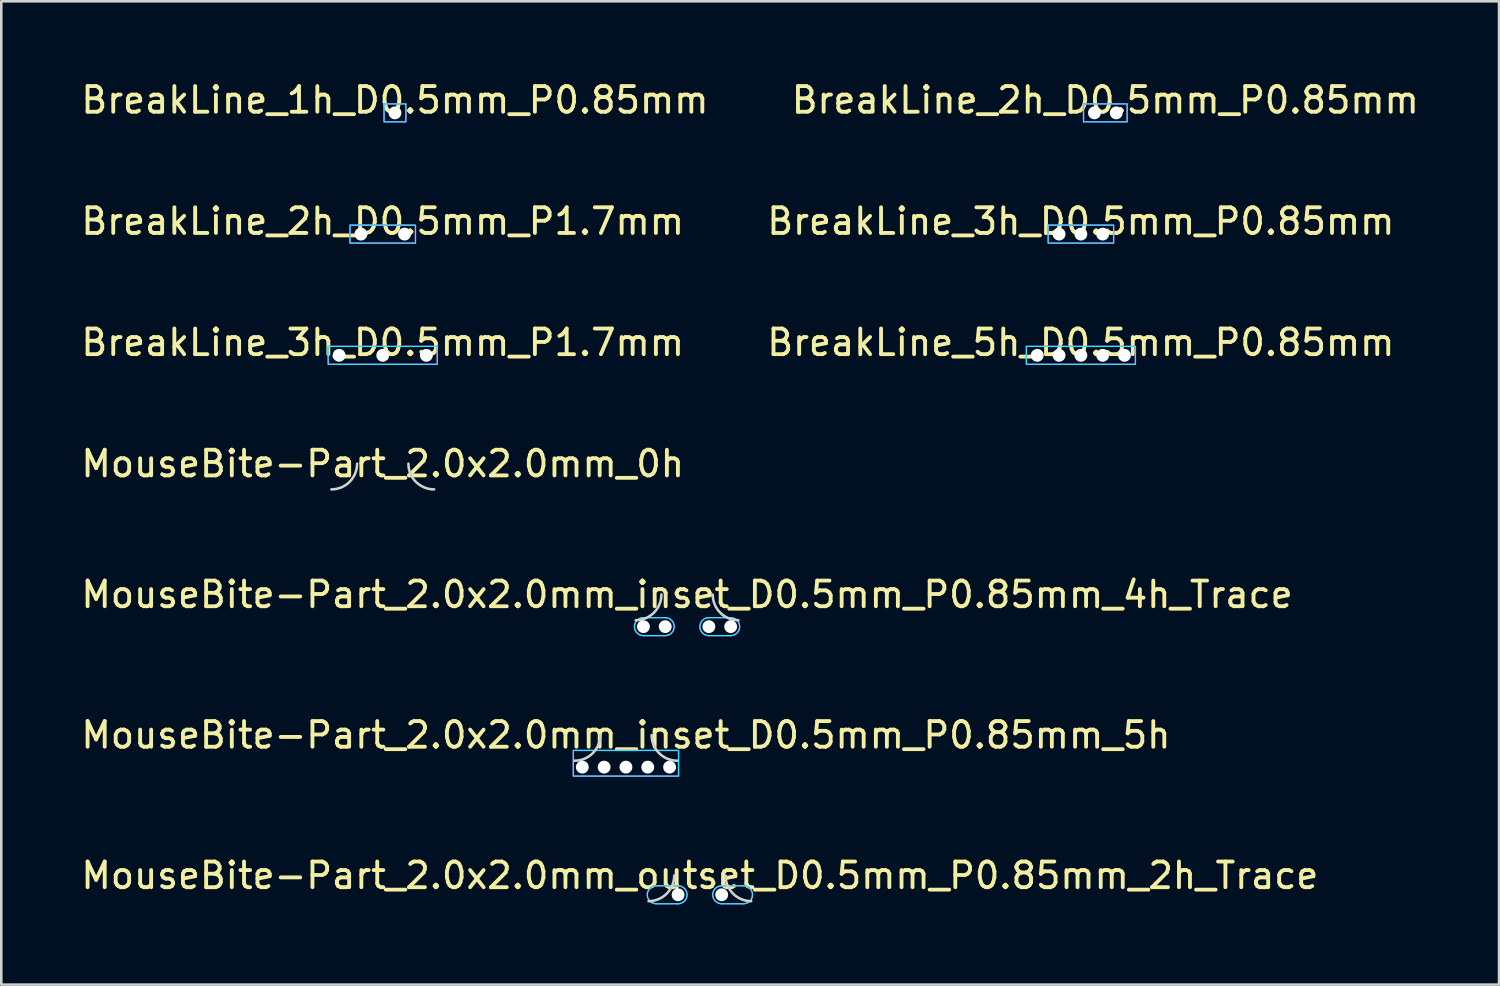
<source format=kicad_pcb>
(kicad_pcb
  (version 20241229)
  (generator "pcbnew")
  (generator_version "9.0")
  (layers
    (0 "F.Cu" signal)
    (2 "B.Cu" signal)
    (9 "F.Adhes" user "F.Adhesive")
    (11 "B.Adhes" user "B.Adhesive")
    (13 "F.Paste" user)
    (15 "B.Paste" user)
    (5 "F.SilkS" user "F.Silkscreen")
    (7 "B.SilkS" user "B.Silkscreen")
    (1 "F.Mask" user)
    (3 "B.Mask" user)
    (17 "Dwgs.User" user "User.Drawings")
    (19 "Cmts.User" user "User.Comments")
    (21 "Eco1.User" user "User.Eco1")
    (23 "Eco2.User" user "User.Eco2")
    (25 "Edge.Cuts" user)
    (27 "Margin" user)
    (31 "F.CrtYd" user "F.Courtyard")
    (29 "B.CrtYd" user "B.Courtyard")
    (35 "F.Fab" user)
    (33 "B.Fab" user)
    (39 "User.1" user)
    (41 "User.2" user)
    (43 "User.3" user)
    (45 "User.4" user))
  (footprint "BreakLine_2h_D0.5mm_P0.85mm"
    (layer "F.Cu")
    (at 40.018 1.348)
    (property "Reference" "BreakLine_2h_D0.5mm_P0.85mm" (at 0 -0.5 0) (layer "F.SilkS") (effects (font (size 1 1) (thickness 0.15))))
    (attr board_only exclude_from_pos_files exclude_from_bom dnp)
    (fp_rect (start -0.85 -0.35) (end 0.85 0.35) (stroke (width 0.05) (type solid)) (fill no) (layer "B.CrtYd"))
    (fp_rect (start -0.85 -0.35) (end 0.85 0.35) (stroke (width 0.05) (type solid)) (fill no) (layer "F.CrtYd"))
    (pad "" np_thru_hole circle (at -0.425 0) (size 0.5 0.5) (drill 0.5) (layers "*.Cu" "*.Mask"))
    (pad "" np_thru_hole circle (at 0.425 0) (size 0.5 0.5) (drill 0.5) (layers "*.Cu" "*.Mask")))
  (footprint "BreakLine_3h_D0.5mm_P1.7mm"
    (layer "F.Cu")
    (at 11.863 10.795)
    (property "Reference" "BreakLine_3h_D0.5mm_P1.7mm" (at 0 -0.5 0) (layer "F.SilkS") (effects (font (size 1 1) (thickness 0.15))))
    (attr board_only exclude_from_pos_files exclude_from_bom dnp)
    (fp_rect (start -2.125 -0.35) (end 2.125 0.35) (stroke (width 0.05) (type solid)) (fill no) (layer "B.CrtYd"))
    (fp_rect (start -2.125 -0.35) (end 2.125 0.35) (stroke (width 0.05) (type solid)) (fill no) (layer "F.CrtYd"))
    (pad "" np_thru_hole circle (at -1.7 0) (size 0.5 0.5) (drill 0.5) (layers "*.Cu" "*.Mask"))
    (pad "" np_thru_hole circle (at 0 0) (size 0.5 0.5) (drill 0.5) (layers "*.Cu" "*.Mask"))
    (pad "" np_thru_hole circle (at 1.7 0) (size 0.5 0.5) (drill 0.5) (layers "*.Cu" "*.Mask")))
  (footprint "BreakLine_1h_D0.5mm_P0.85mm"
    (layer "F.Cu")
    (at 12.339 1.348)
    (property "Reference" "BreakLine_1h_D0.5mm_P0.85mm" (at 0 -0.5 0) (layer "F.SilkS") (effects (font (size 1 1) (thickness 0.15))))
    (attr board_only exclude_from_pos_files exclude_from_bom dnp)
    (fp_rect (start -0.425 -0.35) (end 0.425 0.35) (stroke (width 0.05) (type solid)) (fill no) (layer "B.CrtYd"))
    (fp_rect (start -0.425 -0.35) (end 0.425 0.35) (stroke (width 0.05) (type solid)) (fill no) (layer "F.CrtYd"))
    (pad "" np_thru_hole circle (at 0 0) (size 0.5 0.5) (drill 0.5) (layers "*.Cu" "*.Mask")))
  (footprint "MouseBite-Part_2.0x2.0mm_inset_D0.5mm_P0.85mm_5h"
    (layer "F.Cu")
    (at 21.339 26.59)
    (property "Reference" "MouseBite-Part_2.0x2.0mm_inset_D0.5mm_P0.85mm_5h" (at 0 -1 0) (layer "F.SilkS") (effects (font (size 1 1) (thickness 0.15))))
    (attr board_only exclude_from_pos_files exclude_from_bom dnp)
    (fp_arc (start -1 -1) (mid -1.292893 -0.292893) (end -2 0) (stroke (width 0.1) (type solid)) (layer "Edge.Cuts"))
    (fp_arc (start 2 0) (mid 1.292893 -0.292893) (end 1 -1) (stroke (width 0.1) (type solid)) (layer "Edge.Cuts"))
    (fp_rect (start -2.05 -0.4) (end 2.05 0.6) (stroke (width 0.05) (type solid)) (fill no) (layer "B.CrtYd"))
    (fp_rect (start -2.05 -0.4) (end 2.05 0.6) (stroke (width 0.05) (type solid)) (fill no) (layer "F.CrtYd"))
    (pad "" np_thru_hole circle (at -1.7 0.25 180) (size 0.5 0.5) (drill 0.5) (layers "*.Cu" "*.Mask"))
    (pad "" np_thru_hole circle (at -0.85 0.25 180) (size 0.5 0.5) (drill 0.5) (layers "*.Cu" "*.Mask"))
    (pad "" np_thru_hole circle (at 0 0.25 180) (size 0.5 0.5) (drill 0.5) (layers "*.Cu" "*.Mask"))
    (pad "" np_thru_hole circle (at 0.85 0.25 180) (size 0.5 0.5) (drill 0.5) (layers "*.Cu" "*.Mask"))
    (pad "" np_thru_hole circle (at 1.7 0.25 180) (size 0.5 0.5) (drill 0.5) (layers "*.Cu" "*.Mask")))
  (footprint "MouseBite-Part_2.0x2.0mm_inset_D0.5mm_P0.85mm_4h_Trace"
    (layer "F.Cu")
    (at 23.72 21.116)
    (property "Reference" "MouseBite-Part_2.0x2.0mm_inset_D0.5mm_P0.85mm_4h_Trace" (at 0 -1 0) (layer "F.SilkS") (effects (font (size 1 1) (thickness 0.15))))
    (attr board_only exclude_from_pos_files exclude_from_bom dnp)
    (fp_arc (start -1 -1) (mid -1.292893 -0.292893) (end -2 0) (stroke (width 0.1) (type solid)) (layer "Edge.Cuts"))
    (fp_arc (start 2 0) (mid 1.292893 -0.292893) (end 1 -1) (stroke (width 0.1) (type solid)) (layer "Edge.Cuts"))
    (fp_line (start -1.7 0.6) (end -0.85 0.6) (stroke (width 0.05) (type solid)) (layer "B.CrtYd"))
    (fp_line (start -0.85 -0.1) (end -1.7 -0.1) (stroke (width 0.05) (type solid)) (layer "B.CrtYd"))
    (fp_line (start 0.85 0.6) (end 1.7 0.6) (stroke (width 0.05) (type solid)) (layer "B.CrtYd"))
    (fp_line (start 1.7 -0.1) (end 0.85 -0.1) (stroke (width 0.05) (type solid)) (layer "B.CrtYd"))
    (fp_arc (start -1.7 0.6) (mid -2.05 0.25) (end -1.7 -0.1) (stroke (width 0.05) (type solid)) (layer "B.CrtYd"))
    (fp_arc (start -0.85 -0.1) (mid -0.5 0.25) (end -0.85 0.6) (stroke (width 0.05) (type solid)) (layer "B.CrtYd"))
    (fp_arc (start 0.85 0.6) (mid 0.5 0.25) (end 0.85 -0.1) (stroke (width 0.05) (type solid)) (layer "B.CrtYd"))
    (fp_arc (start 1.7 -0.1) (mid 2.05 0.25) (end 1.7 0.6) (stroke (width 0.05) (type solid)) (layer "B.CrtYd"))
    (fp_line (start -1.7 0.6) (end -0.85 0.6) (stroke (width 0.05) (type solid)) (layer "F.CrtYd"))
    (fp_line (start -0.85 -0.1) (end -1.7 -0.1) (stroke (width 0.05) (type solid)) (layer "F.CrtYd"))
    (fp_line (start 0.85 0.6) (end 1.7 0.6) (stroke (width 0.05) (type solid)) (layer "F.CrtYd"))
    (fp_line (start 1.7 -0.1) (end 0.85 -0.1) (stroke (width 0.05) (type solid)) (layer "F.CrtYd"))
    (fp_arc (start -1.7 0.6) (mid -2.05 0.25) (end -1.7 -0.1) (stroke (width 0.05) (type solid)) (layer "F.CrtYd"))
    (fp_arc (start -0.85 -0.1) (mid -0.5 0.25) (end -0.85 0.6) (stroke (width 0.05) (type solid)) (layer "F.CrtYd"))
    (fp_arc (start 0.85 0.6) (mid 0.5 0.25) (end 0.85 -0.1) (stroke (width 0.05) (type solid)) (layer "F.CrtYd"))
    (fp_arc (start 1.7 -0.1) (mid 2.05 0.25) (end 1.7 0.6) (stroke (width 0.05) (type solid)) (layer "F.CrtYd"))
    (pad "" np_thru_hole circle (at -1.7 0.25 180) (size 0.5 0.5) (drill 0.5) (layers "*.Cu" "*.Mask"))
    (pad "" np_thru_hole circle (at -0.85 0.25 180) (size 0.5 0.5) (drill 0.5) (layers "*.Cu" "*.Mask"))
    (pad "" np_thru_hole circle (at 0.85 0.25 180) (size 0.5 0.5) (drill 0.5) (layers "*.Cu" "*.Mask"))
    (pad "" np_thru_hole circle (at 1.7 0.25 180) (size 0.5 0.5) (drill 0.5) (layers "*.Cu" "*.Mask")))
  (footprint "BreakLine_5h_D0.5mm_P0.85mm"
    (layer "F.Cu")
    (at 39.065 10.795)
    (property "Reference" "BreakLine_5h_D0.5mm_P0.85mm" (at 0 -0.5 0) (layer "F.SilkS") (effects (font (size 1 1) (thickness 0.15))))
    (attr board_only exclude_from_pos_files exclude_from_bom dnp)
    (fp_rect (start -2.125 -0.35) (end 2.125 0.35) (stroke (width 0.05) (type solid)) (fill no) (layer "B.CrtYd"))
    (fp_rect (start -2.125 -0.35) (end 2.125 0.35) (stroke (width 0.05) (type solid)) (fill no) (layer "F.CrtYd"))
    (pad "" np_thru_hole circle (at -1.7 0) (size 0.5 0.5) (drill 0.5) (layers "*.Cu" "*.Mask"))
    (pad "" np_thru_hole circle (at -0.85 0) (size 0.5 0.5) (drill 0.5) (layers "*.Cu" "*.Mask"))
    (pad "" np_thru_hole circle (at 0 0) (size 0.5 0.5) (drill 0.5) (layers "*.Cu" "*.Mask"))
    (pad "" np_thru_hole circle (at 0.85 0) (size 0.5 0.5) (drill 0.5) (layers "*.Cu" "*.Mask"))
    (pad "" np_thru_hole circle (at 1.7 0) (size 0.5 0.5) (drill 0.5) (layers "*.Cu" "*.Mask")))
  (footprint "BreakLine_2h_D0.5mm_P1.7mm"
    (layer "F.Cu")
    (at 11.863 6.072)
    (property "Reference" "BreakLine_2h_D0.5mm_P1.7mm" (at 0 -0.5 0) (layer "F.SilkS") (effects (font (size 1 1) (thickness 0.15))))
    (attr board_only exclude_from_pos_files exclude_from_bom dnp)
    (fp_rect (start -1.275 -0.35) (end 1.275 0.35) (stroke (width 0.05) (type solid)) (fill no) (layer "B.CrtYd"))
    (fp_rect (start -1.275 -0.35) (end 1.275 0.35) (stroke (width 0.05) (type solid)) (fill no) (layer "F.CrtYd"))
    (pad "" np_thru_hole circle (at -0.85 0) (size 0.5 0.5) (drill 0.5) (layers "*.Cu" "*.Mask"))
    (pad "" np_thru_hole circle (at 0.85 0) (size 0.5 0.5) (drill 0.5) (layers "*.Cu" "*.Mask")))
  (footprint "MouseBite-Part_2.0x2.0mm_0h"
    (layer "F.Cu")
    (at 11.863 16.018)
    (property "Reference" "MouseBite-Part_2.0x2.0mm_0h" (at 0 -1 0) (layer "F.SilkS") (effects (font (size 1 1) (thickness 0.15))))
    (attr board_only exclude_from_pos_files exclude_from_bom dnp)
    (fp_arc (start -1 -1) (mid -1.292893 -0.292893) (end -2 0) (stroke (width 0.1) (type solid)) (layer "Edge.Cuts"))
    (fp_arc (start 2 0) (mid 1.292893 -0.292893) (end 1 -1) (stroke (width 0.1) (type solid)) (layer "Edge.Cuts")))
  (footprint "MouseBite-Part_2.0x2.0mm_outset_D0.5mm_P0.85mm_2h_Trace"
    (layer "F.Cu")
    (at 24.22 32.063)
    (property "Reference" "MouseBite-Part_2.0x2.0mm_outset_D0.5mm_P0.85mm_2h_Trace" (at 0 -1 0) (layer "F.SilkS") (effects (font (size 1 1) (thickness 0.15))))
    (attr board_only exclude_from_pos_files exclude_from_bom dnp)
    (fp_arc (start -1 -1) (mid -1.292893 -0.292893) (end -2 0) (stroke (width 0.1) (type solid)) (layer "Edge.Cuts"))
    (fp_arc (start 2 0) (mid 1.292893 -0.292893) (end 1 -1) (stroke (width 0.1) (type solid)) (layer "Edge.Cuts"))
    (fp_line (start -1.7 0.1) (end -0.85 0.1) (stroke (width 0.05) (type solid)) (layer "B.CrtYd"))
    (fp_line (start -0.85 -0.6) (end -1.7 -0.6) (stroke (width 0.05) (type solid)) (layer "B.CrtYd"))
    (fp_line (start 0.85 0.1) (end 1.7 0.1) (stroke (width 0.05) (type solid)) (layer "B.CrtYd"))
    (fp_line (start 1.7 -0.6) (end 0.85 -0.6) (stroke (width 0.05) (type solid)) (layer "B.CrtYd"))
    (fp_arc (start -1.7 0.1) (mid -2.05 -0.25) (end -1.7 -0.6) (stroke (width 0.05) (type solid)) (layer "B.CrtYd"))
    (fp_arc (start -0.85 -0.6) (mid -0.5 -0.25) (end -0.85 0.1) (stroke (width 0.05) (type solid)) (layer "B.CrtYd"))
    (fp_arc (start 0.85 0.1) (mid 0.5 -0.25) (end 0.85 -0.6) (stroke (width 0.05) (type solid)) (layer "B.CrtYd"))
    (fp_arc (start 1.7 -0.6) (mid 2.05 -0.25) (end 1.7 0.1) (stroke (width 0.05) (type solid)) (layer "B.CrtYd"))
    (fp_line (start -1.7 0.1) (end -0.85 0.1) (stroke (width 0.05) (type solid)) (layer "F.CrtYd"))
    (fp_line (start -0.85 -0.6) (end -1.7 -0.6) (stroke (width 0.05) (type solid)) (layer "F.CrtYd"))
    (fp_line (start 0.85 0.1) (end 1.7 0.1) (stroke (width 0.05) (type solid)) (layer "F.CrtYd"))
    (fp_line (start 1.7 -0.6) (end 0.85 -0.6) (stroke (width 0.05) (type solid)) (layer "F.CrtYd"))
    (fp_arc (start -1.7 0.1) (mid -2.05 -0.25) (end -1.7 -0.6) (stroke (width 0.05) (type solid)) (layer "F.CrtYd"))
    (fp_arc (start -0.85 -0.6) (mid -0.5 -0.25) (end -0.85 0.1) (stroke (width 0.05) (type solid)) (layer "F.CrtYd"))
    (fp_arc (start 0.85 0.1) (mid 0.5 -0.25) (end 0.85 -0.6) (stroke (width 0.05) (type solid)) (layer "F.CrtYd"))
    (fp_arc (start 1.7 -0.6) (mid 2.05 -0.25) (end 1.7 0.1) (stroke (width 0.05) (type solid)) (layer "F.CrtYd"))
    (pad "" np_thru_hole circle (at -0.85 -0.25 180) (size 0.5 0.5) (drill 0.5) (layers "*.Cu" "*.Mask"))
    (pad "" np_thru_hole circle (at 0.85 -0.25 180) (size 0.5 0.5) (drill 0.5) (layers "*.Cu" "*.Mask")))
  (footprint "BreakLine_3h_D0.5mm_P0.85mm"
    (layer "F.Cu")
    (at 39.065 6.072)
    (property "Reference" "BreakLine_3h_D0.5mm_P0.85mm" (at 0 -0.5 0) (layer "F.SilkS") (effects (font (size 1 1) (thickness 0.15))))
    (attr board_only exclude_from_pos_files exclude_from_bom dnp)
    (fp_rect (start -1.275 -0.35) (end 1.275 0.35) (stroke (width 0.05) (type solid)) (fill no) (layer "B.CrtYd"))
    (fp_rect (start -1.275 -0.35) (end 1.275 0.35) (stroke (width 0.05) (type solid)) (fill no) (layer "F.CrtYd"))
    (pad "" np_thru_hole circle (at -0.85 0) (size 0.5 0.5) (drill 0.5) (layers "*.Cu" "*.Mask"))
    (pad "" np_thru_hole circle (at 0 0) (size 0.5 0.5) (drill 0.5) (layers "*.Cu" "*.Mask"))
    (pad "" np_thru_hole circle (at 0.85 0) (size 0.5 0.5) (drill 0.5) (layers "*.Cu" "*.Mask")))
  (gr_rect
    (start -3 -3)
    (end 55.357 35.313)
    (stroke (width 0.1) (type default))
    (fill no)
    (layer "Edge.Cuts")))
</source>
